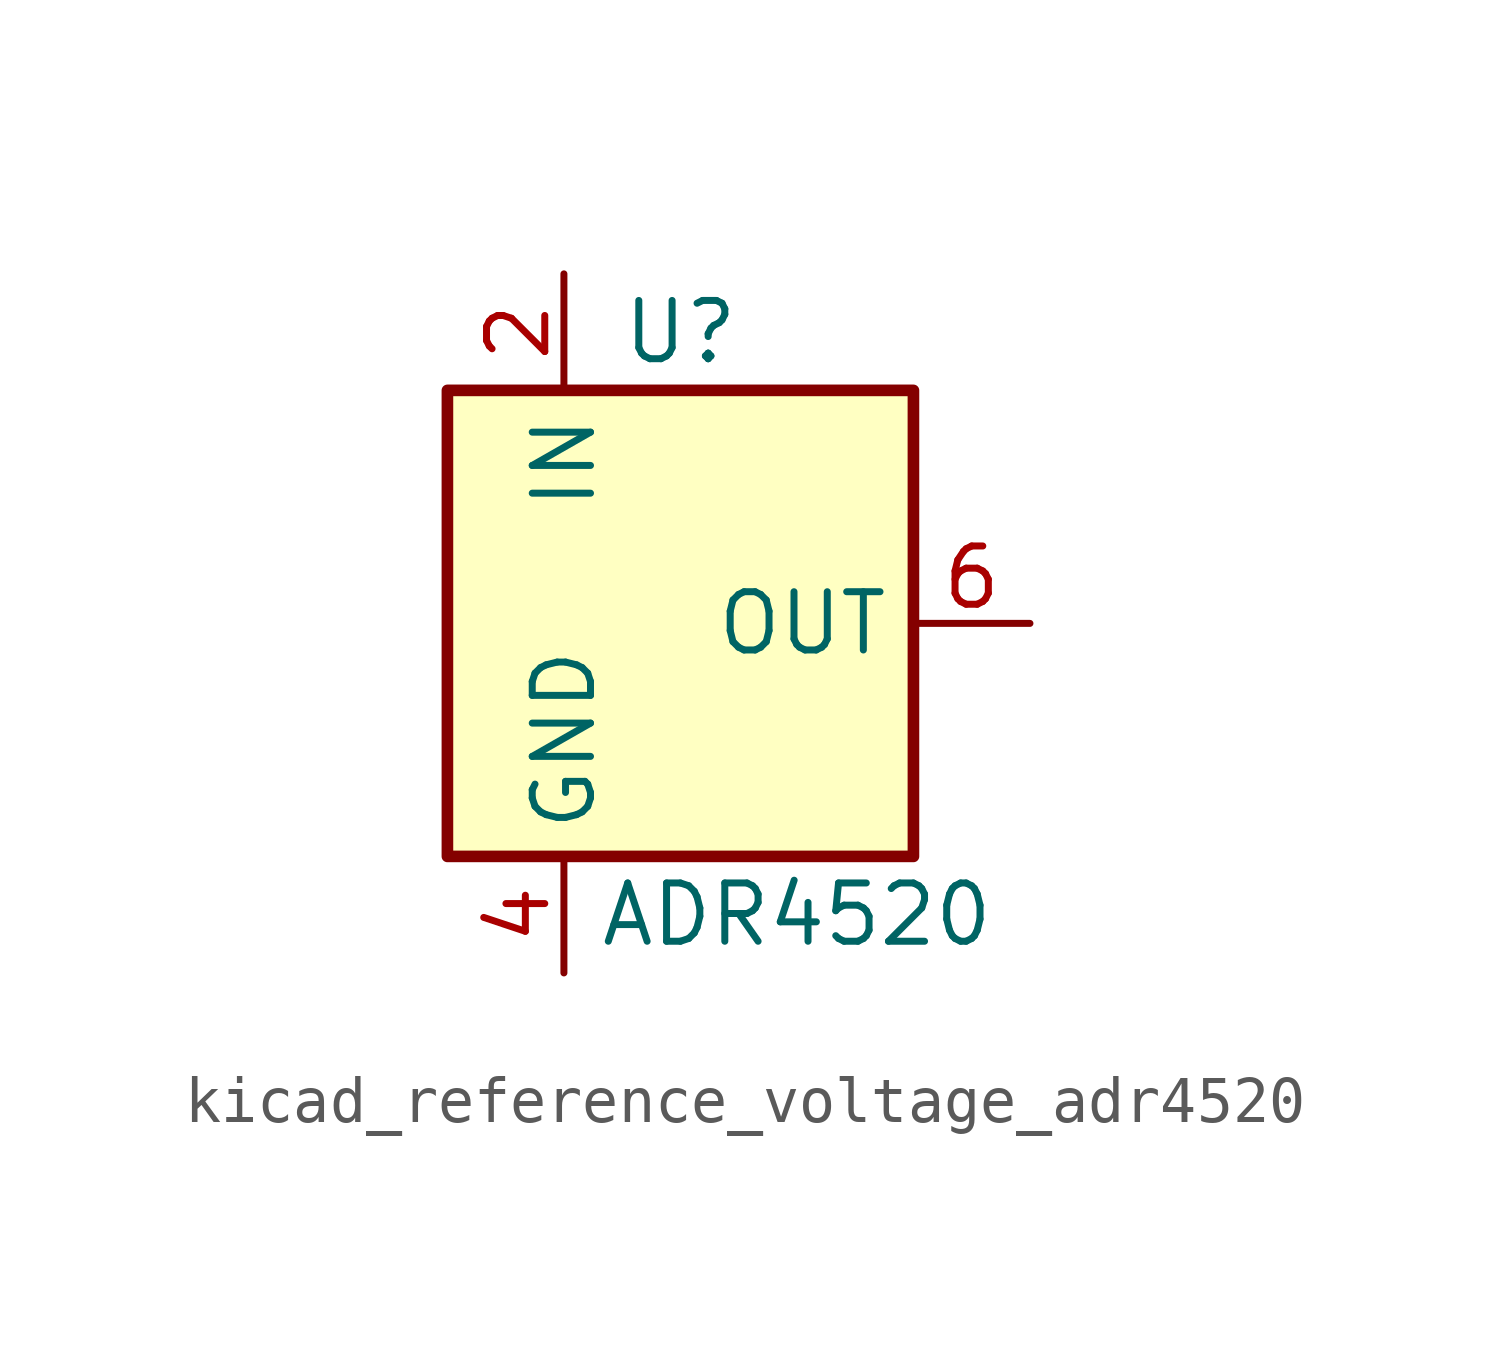
<source format=kicad_sym>
(kicad_symbol_lib
  (version 20220914)
  (generator kicad_symbol_editor)
  (symbol "kicad_reference_voltage_adr4520"
    (property "Reference" "U"
      (at 0 6.35 0)
      (effects (font (size 1.27 1.27))))
    (property "Value" "ADR4520"
      (at 2.54 -6.35 0)
      (effects (font (size 1.27 1.27))))
    (symbol "kicad_reference_voltage_adr4520_0_0"
      (pin no_connect line (at -5.08 0 0) (length 2.54) hide (name "NC" (effects (font (size 1.27 1.27)))) (number "3" (effects (font (size 1.27 1.27)))))
      (pin no_connect line (at 5.08 2.54 180) (length 2.54) hide (name "NC" (effects (font (size 1.27 1.27)))) (number "7" (effects (font (size 1.27 1.27)))))
      (pin no_connect line (at 5.08 -2.54 180) (length 2.54) hide (name "NC" (effects (font (size 1.27 1.27)))) (number "8" (effects (font (size 1.27 1.27))))))
    (symbol "kicad_reference_voltage_adr4520_0_1"
      (rectangle (start -5.08 5.08) (end 5.08 -5.08) (stroke (width 0.254) (type default)) (fill (type background))))
    (symbol "kicad_reference_voltage_adr4520_1_1"
      (pin no_connect line (at -5.08 2.54 0) (length 2.54) hide (name "NC" (effects (font (size 1.27 1.27)))) (number "1" (effects (font (size 1.27 1.27)))))
      (pin power_in line (at -2.54 7.62 270) (length 2.54) (name "IN" (effects (font (size 1.27 1.27)))) (number "2" (effects (font (size 1.27 1.27)))))
      (pin power_in line (at -2.54 -7.62 90) (length 2.54) (name "GND" (effects (font (size 1.27 1.27)))) (number "4" (effects (font (size 1.27 1.27)))))
      (pin no_connect line (at -5.08 -2.54 0) (length 2.54) hide (name "NC" (effects (font (size 1.27 1.27)))) (number "5" (effects (font (size 1.27 1.27)))))
      (pin power_out line (at 7.62 0 180) (length 2.54) (name "OUT" (effects (font (size 1.27 1.27)))) (number "6" (effects (font (size 1.27 1.27))))))))
</source>
